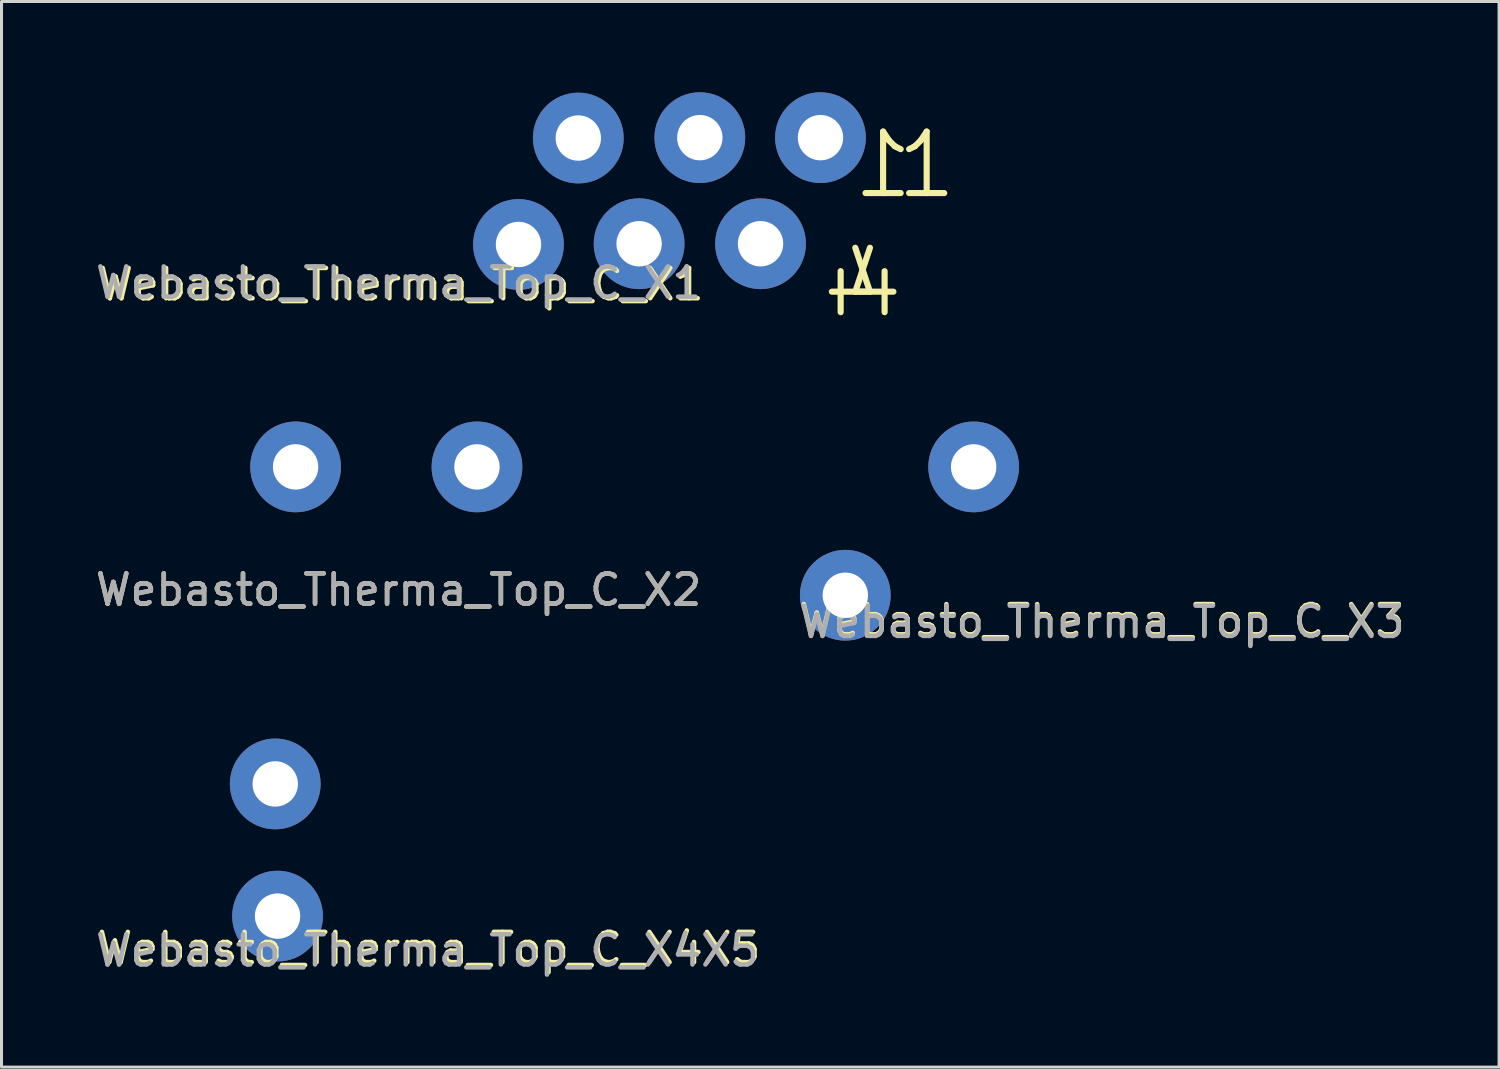
<source format=kicad_pcb>
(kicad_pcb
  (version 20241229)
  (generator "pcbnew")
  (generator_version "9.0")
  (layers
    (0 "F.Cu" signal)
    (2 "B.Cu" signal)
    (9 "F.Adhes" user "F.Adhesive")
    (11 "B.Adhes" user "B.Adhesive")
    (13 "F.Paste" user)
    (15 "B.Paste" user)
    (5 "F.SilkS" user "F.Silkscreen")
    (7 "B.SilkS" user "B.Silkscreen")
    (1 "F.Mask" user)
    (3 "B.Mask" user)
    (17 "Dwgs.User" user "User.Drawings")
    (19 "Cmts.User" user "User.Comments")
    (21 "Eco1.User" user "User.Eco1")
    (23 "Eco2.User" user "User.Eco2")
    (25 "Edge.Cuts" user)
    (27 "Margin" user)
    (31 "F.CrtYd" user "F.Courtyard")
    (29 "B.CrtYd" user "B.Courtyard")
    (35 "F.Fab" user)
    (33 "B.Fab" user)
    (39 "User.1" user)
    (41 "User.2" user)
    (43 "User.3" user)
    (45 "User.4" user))
  (footprint "Webasto_Therma_Top_C_X1"
    (layer "F.Cu")
    (at 19.32 3.126)
    (property "Reference" "Webasto_Therma_Top_C_X1" (at -9.119 3.226 0) (unlocked yes) (layer "F.SilkS") (effects (font (size 1 1) (thickness 0.15))))
    (attr through_hole)
    (fp_text user "1" (at 7.921 -0.724 0) (layer "F.SilkS") (effects (font (size 2.032 2.032) (thickness 0.203)) (justify left mirror)))
    (fp_text user "4" (at 5.381 3.213 0) (layer "F.SilkS") (effects (font (size 2.032 2.032) (thickness 0.203)) (justify left)))
    (fp_text user "4" (at 6.905 3.213 0) (layer "F.SilkS") (effects (font (size 2.032 2.032) (thickness 0.203)) (justify left mirror)))
    (fp_text user "1" (at 7.159 -0.724 0) (layer "F.SilkS") (effects (font (size 2.032 2.032) (thickness 0.203)) (justify left)))
    (fp_text user "${REFERENCE}" (at -9.195 3.175 0) (unlocked yes) (layer "F.Fab") (effects (font (size 1 1) (thickness 0.15))))
    (pad "1" thru_hole circle (at 4.75 -1.626) (size 3 3) (drill 1.5) (layers "*.Cu" "*.Mask"))
    (pad "2" thru_hole circle (at 0.762 -1.626) (size 3 3) (drill 1.5) (layers "*.Cu" "*.Mask"))
    (pad "3" thru_hole circle (at -3.255 -1.613) (size 3 3) (drill 1.5) (layers "*.Cu" "*.Mask"))
    (pad "4" thru_hole circle (at 2.769 1.88) (size 3 3) (drill 1.5) (layers "*.Cu" "*.Mask"))
    (pad "5" thru_hole circle (at -1.245 1.88) (size 3 3) (drill 1.5) (layers "*.Cu" "*.Mask"))
    (pad "6" thru_hole circle (at -5.232 1.905) (size 3 3) (drill 1.5) (layers "*.Cu" "*.Mask")))
  (footprint "Webasto_Therma_Top_C_X4X5"
    (layer "F.Cu")
    (at 6.048 25.072)
    (property "Reference" "Webasto_Therma_Top_C_X4X5" (at 5.08 3.226 0) (unlocked yes) (layer "F.SilkS") (effects (font (size 1 1) (thickness 0.15))))
    (attr through_hole)
    (fp_text user "${REFERENCE}" (at 5.029 3.302 0) (unlocked yes) (layer "F.Fab") (effects (font (size 1 1) (thickness 0.15))))
    (pad "1" thru_hole circle (at 0 -2.21) (size 3 3) (drill 1.5) (layers "*.Cu" "*.Mask"))
    (pad "2" thru_hole circle (at 0.076 2.159) (size 3 3) (drill 1.5) (layers "*.Cu" "*.Mask")))
  (footprint "Webasto_Therma_Top_C_X2"
    (layer "F.Cu")
    (at 9.744 12.383)
    (property "Reference" "Webasto_Therma_Top_C_X2" (at 0.381 4.064 0) (unlocked yes) (layer "F.SilkS") (effects (font (size 1 1) (thickness 0.15))))
    (attr through_hole)
    (fp_text user "${REFERENCE}" (at 0.381 4.064 0) (unlocked yes) (layer "F.Fab") (effects (font (size 1 1) (thickness 0.15))))
    (pad "1" thru_hole circle (at 2.972 0) (size 3 3) (drill 1.5) (layers "*.Cu" "*.Mask"))
    (pad "2" thru_hole circle (at -3.023 0) (size 3 3) (drill 1.5) (layers "*.Cu" "*.Mask")))
  (footprint "Webasto_Therma_Top_C_X3"
    (layer "F.Cu")
    (at 26.771 14.542)
    (property "Reference" "Webasto_Therma_Top_C_X3" (at 6.604 2.921 0) (unlocked yes) (layer "F.SilkS") (effects (font (size 1 1) (thickness 0.15))))
    (attr through_hole)
    (fp_text user "${REFERENCE}" (at 6.604 2.972 0) (unlocked yes) (layer "F.Fab") (effects (font (size 1 1) (thickness 0.15))))
    (pad "1" thru_hole circle (at 2.362 -2.159) (size 3 3) (drill 1.5) (layers "*.Cu" "*.Mask"))
    (pad "2" thru_hole circle (at -1.88 2.083) (size 3 3) (drill 1.5) (layers "*.Cu" "*.Mask")))
  (gr_rect
    (start -3 -3)
    (end 46.5 32.222)
    (stroke (width 0.1) (type default))
    (fill no)
    (layer "Edge.Cuts")))
</source>
